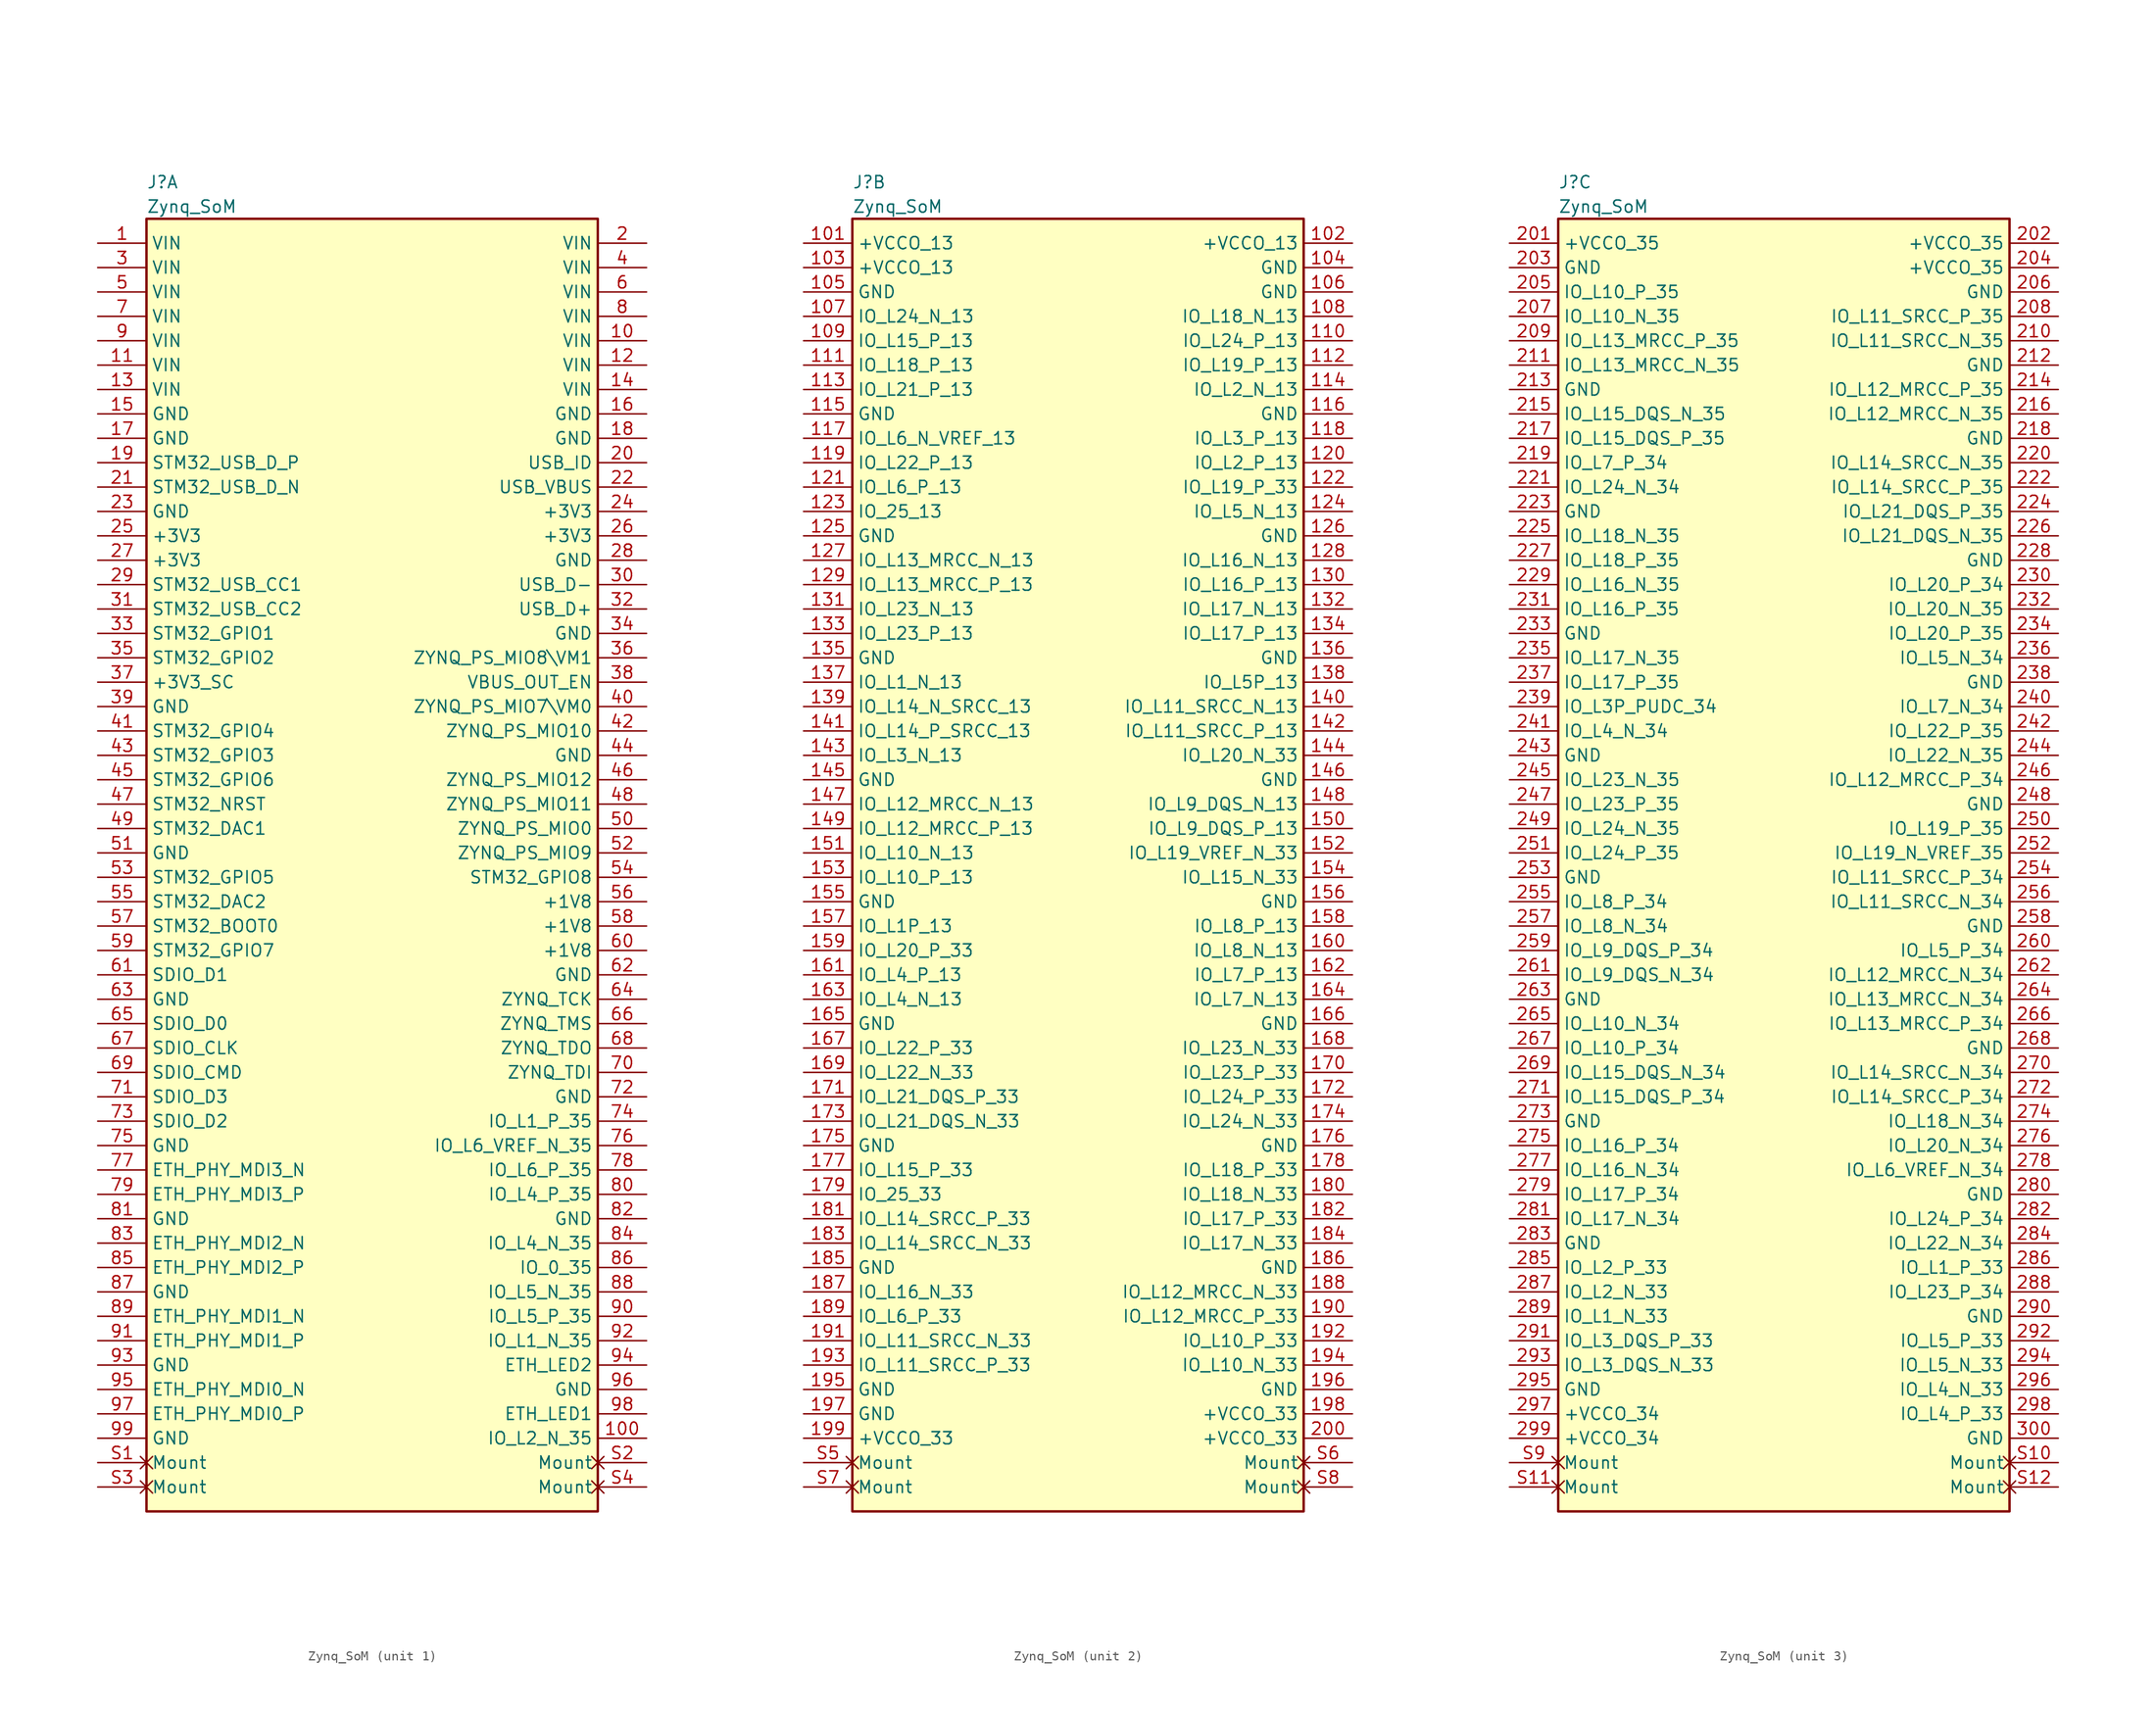
<source format=kicad_sym>
(kicad_symbol_lib
  (version 20231120)
  (generator "kicad_symbol_editor")
  (generator_version "8.0")
  (symbol "Zynq_SoM"
    (property "Reference" "J"
      (at 5.08 6.35 0)
      (effects (font (size 1.27 1.27)) (justify left)))
    (property "Value" "Zynq_SoM"
      (at 5.08 3.81 0)
      (effects (font (size 1.27 1.27)) (justify left)))
    (property "ki_locked" ""
      (at 0 0 0)
      (effects (font (size 1.27 1.27))))
    (symbol "Zynq_SoM_1_1"
      (rectangle (start 5.08 2.54) (end 52.07 -132.08) (stroke (width 0.254) (type solid)) (fill (type background)))
      (pin bidirectional line (at 0 0 0) (length 5.08) (name "VIN" (effects (font (size 1.27 1.27)))) (number "1" (effects (font (size 1.27 1.27)))))
      (pin bidirectional line (at 57.15 -10.16 180) (length 5.08) (name "VIN" (effects (font (size 1.27 1.27)))) (number "10" (effects (font (size 1.27 1.27)))))
      (pin bidirectional line (at 57.15 -124.46 180) (length 5.08) (name "IO_L2_N_35" (effects (font (size 1.27 1.27)))) (number "100" (effects (font (size 1.27 1.27)))))
      (pin bidirectional line (at 0 -12.7 0) (length 5.08) (name "VIN" (effects (font (size 1.27 1.27)))) (number "11" (effects (font (size 1.27 1.27)))))
      (pin bidirectional line (at 57.15 -12.7 180) (length 5.08) (name "VIN" (effects (font (size 1.27 1.27)))) (number "12" (effects (font (size 1.27 1.27)))))
      (pin bidirectional line (at 0 -15.24 0) (length 5.08) (name "VIN" (effects (font (size 1.27 1.27)))) (number "13" (effects (font (size 1.27 1.27)))))
      (pin bidirectional line (at 57.15 -15.24 180) (length 5.08) (name "VIN" (effects (font (size 1.27 1.27)))) (number "14" (effects (font (size 1.27 1.27)))))
      (pin bidirectional line (at 0 -17.78 0) (length 5.08) (name "GND" (effects (font (size 1.27 1.27)))) (number "15" (effects (font (size 1.27 1.27)))))
      (pin bidirectional line (at 57.15 -17.78 180) (length 5.08) (name "GND" (effects (font (size 1.27 1.27)))) (number "16" (effects (font (size 1.27 1.27)))))
      (pin bidirectional line (at 0 -20.32 0) (length 5.08) (name "GND" (effects (font (size 1.27 1.27)))) (number "17" (effects (font (size 1.27 1.27)))))
      (pin bidirectional line (at 57.15 -20.32 180) (length 5.08) (name "GND" (effects (font (size 1.27 1.27)))) (number "18" (effects (font (size 1.27 1.27)))))
      (pin bidirectional line (at 0 -22.86 0) (length 5.08) (name "STM32_USB_D_P" (effects (font (size 1.27 1.27)))) (number "19" (effects (font (size 1.27 1.27)))))
      (pin bidirectional line (at 57.15 0 180) (length 5.08) (name "VIN" (effects (font (size 1.27 1.27)))) (number "2" (effects (font (size 1.27 1.27)))))
      (pin bidirectional line (at 57.15 -22.86 180) (length 5.08) (name "USB_ID" (effects (font (size 1.27 1.27)))) (number "20" (effects (font (size 1.27 1.27)))))
      (pin bidirectional line (at 0 -25.4 0) (length 5.08) (name "STM32_USB_D_N" (effects (font (size 1.27 1.27)))) (number "21" (effects (font (size 1.27 1.27)))))
      (pin bidirectional line (at 57.15 -25.4 180) (length 5.08) (name "USB_VBUS" (effects (font (size 1.27 1.27)))) (number "22" (effects (font (size 1.27 1.27)))))
      (pin bidirectional line (at 0 -27.94 0) (length 5.08) (name "GND" (effects (font (size 1.27 1.27)))) (number "23" (effects (font (size 1.27 1.27)))))
      (pin bidirectional line (at 57.15 -27.94 180) (length 5.08) (name "+3V3" (effects (font (size 1.27 1.27)))) (number "24" (effects (font (size 1.27 1.27)))))
      (pin bidirectional line (at 0 -30.48 0) (length 5.08) (name "+3V3" (effects (font (size 1.27 1.27)))) (number "25" (effects (font (size 1.27 1.27)))))
      (pin bidirectional line (at 57.15 -30.48 180) (length 5.08) (name "+3V3" (effects (font (size 1.27 1.27)))) (number "26" (effects (font (size 1.27 1.27)))))
      (pin bidirectional line (at 0 -33.02 0) (length 5.08) (name "+3V3" (effects (font (size 1.27 1.27)))) (number "27" (effects (font (size 1.27 1.27)))))
      (pin bidirectional line (at 57.15 -33.02 180) (length 5.08) (name "GND" (effects (font (size 1.27 1.27)))) (number "28" (effects (font (size 1.27 1.27)))))
      (pin bidirectional line (at 0 -35.56 0) (length 5.08) (name "STM32_USB_CC1" (effects (font (size 1.27 1.27)))) (number "29" (effects (font (size 1.27 1.27)))))
      (pin bidirectional line (at 0 -2.54 0) (length 5.08) (name "VIN" (effects (font (size 1.27 1.27)))) (number "3" (effects (font (size 1.27 1.27)))))
      (pin bidirectional line (at 57.15 -35.56 180) (length 5.08) (name "USB_D-" (effects (font (size 1.27 1.27)))) (number "30" (effects (font (size 1.27 1.27)))))
      (pin bidirectional line (at 0 -38.1 0) (length 5.08) (name "STM32_USB_CC2" (effects (font (size 1.27 1.27)))) (number "31" (effects (font (size 1.27 1.27)))))
      (pin bidirectional line (at 57.15 -38.1 180) (length 5.08) (name "USB_D+" (effects (font (size 1.27 1.27)))) (number "32" (effects (font (size 1.27 1.27)))))
      (pin bidirectional line (at 0 -40.64 0) (length 5.08) (name "STM32_GPIO1" (effects (font (size 1.27 1.27)))) (number "33" (effects (font (size 1.27 1.27)))))
      (pin bidirectional line (at 57.15 -40.64 180) (length 5.08) (name "GND" (effects (font (size 1.27 1.27)))) (number "34" (effects (font (size 1.27 1.27)))))
      (pin bidirectional line (at 0 -43.18 0) (length 5.08) (name "STM32_GPIO2" (effects (font (size 1.27 1.27)))) (number "35" (effects (font (size 1.27 1.27)))))
      (pin bidirectional line (at 57.15 -43.18 180) (length 5.08) (name "ZYNQ_PS_MIO8\\VM1" (effects (font (size 1.27 1.27)))) (number "36" (effects (font (size 1.27 1.27)))))
      (pin bidirectional line (at 0 -45.72 0) (length 5.08) (name "+3V3_SC" (effects (font (size 1.27 1.27)))) (number "37" (effects (font (size 1.27 1.27)))))
      (pin bidirectional line (at 57.15 -45.72 180) (length 5.08) (name "VBUS_OUT_EN" (effects (font (size 1.27 1.27)))) (number "38" (effects (font (size 1.27 1.27)))))
      (pin bidirectional line (at 0 -48.26 0) (length 5.08) (name "GND" (effects (font (size 1.27 1.27)))) (number "39" (effects (font (size 1.27 1.27)))))
      (pin bidirectional line (at 57.15 -2.54 180) (length 5.08) (name "VIN" (effects (font (size 1.27 1.27)))) (number "4" (effects (font (size 1.27 1.27)))))
      (pin bidirectional line (at 57.15 -48.26 180) (length 5.08) (name "ZYNQ_PS_MIO7\\VM0" (effects (font (size 1.27 1.27)))) (number "40" (effects (font (size 1.27 1.27)))))
      (pin bidirectional line (at 0 -50.8 0) (length 5.08) (name "STM32_GPIO4" (effects (font (size 1.27 1.27)))) (number "41" (effects (font (size 1.27 1.27)))))
      (pin bidirectional line (at 57.15 -50.8 180) (length 5.08) (name "ZYNQ_PS_MIO10" (effects (font (size 1.27 1.27)))) (number "42" (effects (font (size 1.27 1.27)))))
      (pin bidirectional line (at 0 -53.34 0) (length 5.08) (name "STM32_GPIO3" (effects (font (size 1.27 1.27)))) (number "43" (effects (font (size 1.27 1.27)))))
      (pin bidirectional line (at 57.15 -53.34 180) (length 5.08) (name "GND" (effects (font (size 1.27 1.27)))) (number "44" (effects (font (size 1.27 1.27)))))
      (pin bidirectional line (at 0 -55.88 0) (length 5.08) (name "STM32_GPIO6" (effects (font (size 1.27 1.27)))) (number "45" (effects (font (size 1.27 1.27)))))
      (pin bidirectional line (at 57.15 -55.88 180) (length 5.08) (name "ZYNQ_PS_MIO12" (effects (font (size 1.27 1.27)))) (number "46" (effects (font (size 1.27 1.27)))))
      (pin bidirectional line (at 0 -58.42 0) (length 5.08) (name "STM32_NRST" (effects (font (size 1.27 1.27)))) (number "47" (effects (font (size 1.27 1.27)))))
      (pin bidirectional line (at 57.15 -58.42 180) (length 5.08) (name "ZYNQ_PS_MIO11" (effects (font (size 1.27 1.27)))) (number "48" (effects (font (size 1.27 1.27)))))
      (pin bidirectional line (at 0 -60.96 0) (length 5.08) (name "STM32_DAC1" (effects (font (size 1.27 1.27)))) (number "49" (effects (font (size 1.27 1.27)))))
      (pin bidirectional line (at 0 -5.08 0) (length 5.08) (name "VIN" (effects (font (size 1.27 1.27)))) (number "5" (effects (font (size 1.27 1.27)))))
      (pin bidirectional line (at 57.15 -60.96 180) (length 5.08) (name "ZYNQ_PS_MIO0" (effects (font (size 1.27 1.27)))) (number "50" (effects (font (size 1.27 1.27)))))
      (pin bidirectional line (at 0 -63.5 0) (length 5.08) (name "GND" (effects (font (size 1.27 1.27)))) (number "51" (effects (font (size 1.27 1.27)))))
      (pin bidirectional line (at 57.15 -63.5 180) (length 5.08) (name "ZYNQ_PS_MIO9" (effects (font (size 1.27 1.27)))) (number "52" (effects (font (size 1.27 1.27)))))
      (pin bidirectional line (at 0 -66.04 0) (length 5.08) (name "STM32_GPIO5" (effects (font (size 1.27 1.27)))) (number "53" (effects (font (size 1.27 1.27)))))
      (pin bidirectional line (at 57.15 -66.04 180) (length 5.08) (name "STM32_GPIO8" (effects (font (size 1.27 1.27)))) (number "54" (effects (font (size 1.27 1.27)))))
      (pin bidirectional line (at 0 -68.58 0) (length 5.08) (name "STM32_DAC2" (effects (font (size 1.27 1.27)))) (number "55" (effects (font (size 1.27 1.27)))))
      (pin bidirectional line (at 57.15 -68.58 180) (length 5.08) (name "+1V8" (effects (font (size 1.27 1.27)))) (number "56" (effects (font (size 1.27 1.27)))))
      (pin bidirectional line (at 0 -71.12 0) (length 5.08) (name "STM32_BOOT0" (effects (font (size 1.27 1.27)))) (number "57" (effects (font (size 1.27 1.27)))))
      (pin bidirectional line (at 57.15 -71.12 180) (length 5.08) (name "+1V8" (effects (font (size 1.27 1.27)))) (number "58" (effects (font (size 1.27 1.27)))))
      (pin bidirectional line (at 0 -73.66 0) (length 5.08) (name "STM32_GPIO7" (effects (font (size 1.27 1.27)))) (number "59" (effects (font (size 1.27 1.27)))))
      (pin bidirectional line (at 57.15 -5.08 180) (length 5.08) (name "VIN" (effects (font (size 1.27 1.27)))) (number "6" (effects (font (size 1.27 1.27)))))
      (pin bidirectional line (at 57.15 -73.66 180) (length 5.08) (name "+1V8" (effects (font (size 1.27 1.27)))) (number "60" (effects (font (size 1.27 1.27)))))
      (pin bidirectional line (at 0 -76.2 0) (length 5.08) (name "SDIO_D1" (effects (font (size 1.27 1.27)))) (number "61" (effects (font (size 1.27 1.27)))))
      (pin bidirectional line (at 57.15 -76.2 180) (length 5.08) (name "GND" (effects (font (size 1.27 1.27)))) (number "62" (effects (font (size 1.27 1.27)))))
      (pin bidirectional line (at 0 -78.74 0) (length 5.08) (name "GND" (effects (font (size 1.27 1.27)))) (number "63" (effects (font (size 1.27 1.27)))))
      (pin bidirectional line (at 57.15 -78.74 180) (length 5.08) (name "ZYNQ_TCK" (effects (font (size 1.27 1.27)))) (number "64" (effects (font (size 1.27 1.27)))))
      (pin bidirectional line (at 0 -81.28 0) (length 5.08) (name "SDIO_D0" (effects (font (size 1.27 1.27)))) (number "65" (effects (font (size 1.27 1.27)))))
      (pin bidirectional line (at 57.15 -81.28 180) (length 5.08) (name "ZYNQ_TMS" (effects (font (size 1.27 1.27)))) (number "66" (effects (font (size 1.27 1.27)))))
      (pin bidirectional line (at 0 -83.82 0) (length 5.08) (name "SDIO_CLK" (effects (font (size 1.27 1.27)))) (number "67" (effects (font (size 1.27 1.27)))))
      (pin bidirectional line (at 57.15 -83.82 180) (length 5.08) (name "ZYNQ_TDO" (effects (font (size 1.27 1.27)))) (number "68" (effects (font (size 1.27 1.27)))))
      (pin bidirectional line (at 0 -86.36 0) (length 5.08) (name "SDIO_CMD" (effects (font (size 1.27 1.27)))) (number "69" (effects (font (size 1.27 1.27)))))
      (pin bidirectional line (at 0 -7.62 0) (length 5.08) (name "VIN" (effects (font (size 1.27 1.27)))) (number "7" (effects (font (size 1.27 1.27)))))
      (pin bidirectional line (at 57.15 -86.36 180) (length 5.08) (name "ZYNQ_TDI" (effects (font (size 1.27 1.27)))) (number "70" (effects (font (size 1.27 1.27)))))
      (pin bidirectional line (at 0 -88.9 0) (length 5.08) (name "SDIO_D3" (effects (font (size 1.27 1.27)))) (number "71" (effects (font (size 1.27 1.27)))))
      (pin bidirectional line (at 57.15 -88.9 180) (length 5.08) (name "GND" (effects (font (size 1.27 1.27)))) (number "72" (effects (font (size 1.27 1.27)))))
      (pin bidirectional line (at 0 -91.44 0) (length 5.08) (name "SDIO_D2" (effects (font (size 1.27 1.27)))) (number "73" (effects (font (size 1.27 1.27)))))
      (pin bidirectional line (at 57.15 -91.44 180) (length 5.08) (name "IO_L1_P_35" (effects (font (size 1.27 1.27)))) (number "74" (effects (font (size 1.27 1.27)))))
      (pin bidirectional line (at 0 -93.98 0) (length 5.08) (name "GND" (effects (font (size 1.27 1.27)))) (number "75" (effects (font (size 1.27 1.27)))))
      (pin bidirectional line (at 57.15 -93.98 180) (length 5.08) (name "IO_L6_VREF_N_35" (effects (font (size 1.27 1.27)))) (number "76" (effects (font (size 1.27 1.27)))))
      (pin bidirectional line (at 0 -96.52 0) (length 5.08) (name "ETH_PHY_MDI3_N" (effects (font (size 1.27 1.27)))) (number "77" (effects (font (size 1.27 1.27)))))
      (pin bidirectional line (at 57.15 -96.52 180) (length 5.08) (name "IO_L6_P_35" (effects (font (size 1.27 1.27)))) (number "78" (effects (font (size 1.27 1.27)))))
      (pin bidirectional line (at 0 -99.06 0) (length 5.08) (name "ETH_PHY_MDI3_P" (effects (font (size 1.27 1.27)))) (number "79" (effects (font (size 1.27 1.27)))))
      (pin bidirectional line (at 57.15 -7.62 180) (length 5.08) (name "VIN" (effects (font (size 1.27 1.27)))) (number "8" (effects (font (size 1.27 1.27)))))
      (pin bidirectional line (at 57.15 -99.06 180) (length 5.08) (name "IO_L4_P_35" (effects (font (size 1.27 1.27)))) (number "80" (effects (font (size 1.27 1.27)))))
      (pin bidirectional line (at 0 -101.6 0) (length 5.08) (name "GND" (effects (font (size 1.27 1.27)))) (number "81" (effects (font (size 1.27 1.27)))))
      (pin bidirectional line (at 57.15 -101.6 180) (length 5.08) (name "GND" (effects (font (size 1.27 1.27)))) (number "82" (effects (font (size 1.27 1.27)))))
      (pin bidirectional line (at 0 -104.14 0) (length 5.08) (name "ETH_PHY_MDI2_N" (effects (font (size 1.27 1.27)))) (number "83" (effects (font (size 1.27 1.27)))))
      (pin bidirectional line (at 57.15 -104.14 180) (length 5.08) (name "IO_L4_N_35" (effects (font (size 1.27 1.27)))) (number "84" (effects (font (size 1.27 1.27)))))
      (pin bidirectional line (at 0 -106.68 0) (length 5.08) (name "ETH_PHY_MDI2_P" (effects (font (size 1.27 1.27)))) (number "85" (effects (font (size 1.27 1.27)))))
      (pin bidirectional line (at 57.15 -106.68 180) (length 5.08) (name "IO_0_35" (effects (font (size 1.27 1.27)))) (number "86" (effects (font (size 1.27 1.27)))))
      (pin bidirectional line (at 0 -109.22 0) (length 5.08) (name "GND" (effects (font (size 1.27 1.27)))) (number "87" (effects (font (size 1.27 1.27)))))
      (pin bidirectional line (at 57.15 -109.22 180) (length 5.08) (name "IO_L5_N_35" (effects (font (size 1.27 1.27)))) (number "88" (effects (font (size 1.27 1.27)))))
      (pin bidirectional line (at 0 -111.76 0) (length 5.08) (name "ETH_PHY_MDI1_N" (effects (font (size 1.27 1.27)))) (number "89" (effects (font (size 1.27 1.27)))))
      (pin bidirectional line (at 0 -10.16 0) (length 5.08) (name "VIN" (effects (font (size 1.27 1.27)))) (number "9" (effects (font (size 1.27 1.27)))))
      (pin bidirectional line (at 57.15 -111.76 180) (length 5.08) (name "IO_L5_P_35" (effects (font (size 1.27 1.27)))) (number "90" (effects (font (size 1.27 1.27)))))
      (pin bidirectional line (at 0 -114.3 0) (length 5.08) (name "ETH_PHY_MDI1_P" (effects (font (size 1.27 1.27)))) (number "91" (effects (font (size 1.27 1.27)))))
      (pin bidirectional line (at 57.15 -114.3 180) (length 5.08) (name "IO_L1_N_35" (effects (font (size 1.27 1.27)))) (number "92" (effects (font (size 1.27 1.27)))))
      (pin bidirectional line (at 0 -116.84 0) (length 5.08) (name "GND" (effects (font (size 1.27 1.27)))) (number "93" (effects (font (size 1.27 1.27)))))
      (pin bidirectional line (at 57.15 -116.84 180) (length 5.08) (name "ETH_LED2" (effects (font (size 1.27 1.27)))) (number "94" (effects (font (size 1.27 1.27)))))
      (pin bidirectional line (at 0 -119.38 0) (length 5.08) (name "ETH_PHY_MDI0_N" (effects (font (size 1.27 1.27)))) (number "95" (effects (font (size 1.27 1.27)))))
      (pin bidirectional line (at 57.15 -119.38 180) (length 5.08) (name "GND" (effects (font (size 1.27 1.27)))) (number "96" (effects (font (size 1.27 1.27)))))
      (pin bidirectional line (at 0 -121.92 0) (length 5.08) (name "ETH_PHY_MDI0_P" (effects (font (size 1.27 1.27)))) (number "97" (effects (font (size 1.27 1.27)))))
      (pin bidirectional line (at 57.15 -121.92 180) (length 5.08) (name "ETH_LED1" (effects (font (size 1.27 1.27)))) (number "98" (effects (font (size 1.27 1.27)))))
      (pin bidirectional line (at 0 -124.46 0) (length 5.08) (name "GND" (effects (font (size 1.27 1.27)))) (number "99" (effects (font (size 1.27 1.27)))))
      (pin free non_logic (at 0 -127 0) (length 5.08) (name "Mount" (effects (font (size 1.27 1.27)))) (number "S1" (effects (font (size 1.27 1.27)))))
      (pin free non_logic (at 57.15 -127 180) (length 5.08) (name "Mount" (effects (font (size 1.27 1.27)))) (number "S2" (effects (font (size 1.27 1.27)))))
      (pin free non_logic (at 0 -129.54 0) (length 5.08) (name "Mount" (effects (font (size 1.27 1.27)))) (number "S3" (effects (font (size 1.27 1.27)))))
      (pin free non_logic (at 57.15 -129.54 180) (length 5.08) (name "Mount" (effects (font (size 1.27 1.27)))) (number "S4" (effects (font (size 1.27 1.27))))))
    (symbol "Zynq_SoM_2_1"
      (rectangle (start 5.08 2.54) (end 52.07 -132.08) (stroke (width 0.254) (type solid)) (fill (type background)))
      (pin bidirectional line (at 0 0 0) (length 5.08) (name "+VCCO_13" (effects (font (size 1.27 1.27)))) (number "101" (effects (font (size 1.27 1.27)))))
      (pin bidirectional line (at 57.15 0 180) (length 5.08) (name "+VCCO_13" (effects (font (size 1.27 1.27)))) (number "102" (effects (font (size 1.27 1.27)))))
      (pin bidirectional line (at 0 -2.54 0) (length 5.08) (name "+VCCO_13" (effects (font (size 1.27 1.27)))) (number "103" (effects (font (size 1.27 1.27)))))
      (pin bidirectional line (at 57.15 -2.54 180) (length 5.08) (name "GND" (effects (font (size 1.27 1.27)))) (number "104" (effects (font (size 1.27 1.27)))))
      (pin bidirectional line (at 0 -5.08 0) (length 5.08) (name "GND" (effects (font (size 1.27 1.27)))) (number "105" (effects (font (size 1.27 1.27)))))
      (pin bidirectional line (at 57.15 -5.08 180) (length 5.08) (name "GND" (effects (font (size 1.27 1.27)))) (number "106" (effects (font (size 1.27 1.27)))))
      (pin bidirectional line (at 0 -7.62 0) (length 5.08) (name "IO_L24_N_13" (effects (font (size 1.27 1.27)))) (number "107" (effects (font (size 1.27 1.27)))))
      (pin bidirectional line (at 57.15 -7.62 180) (length 5.08) (name "IO_L18_N_13" (effects (font (size 1.27 1.27)))) (number "108" (effects (font (size 1.27 1.27)))))
      (pin bidirectional line (at 0 -10.16 0) (length 5.08) (name "IO_L15_P_13" (effects (font (size 1.27 1.27)))) (number "109" (effects (font (size 1.27 1.27)))))
      (pin bidirectional line (at 57.15 -10.16 180) (length 5.08) (name "IO_L24_P_13" (effects (font (size 1.27 1.27)))) (number "110" (effects (font (size 1.27 1.27)))))
      (pin bidirectional line (at 0 -12.7 0) (length 5.08) (name "IO_L18_P_13" (effects (font (size 1.27 1.27)))) (number "111" (effects (font (size 1.27 1.27)))))
      (pin bidirectional line (at 57.15 -12.7 180) (length 5.08) (name "IO_L19_P_13" (effects (font (size 1.27 1.27)))) (number "112" (effects (font (size 1.27 1.27)))))
      (pin bidirectional line (at 0 -15.24 0) (length 5.08) (name "IO_L21_P_13" (effects (font (size 1.27 1.27)))) (number "113" (effects (font (size 1.27 1.27)))))
      (pin bidirectional line (at 57.15 -15.24 180) (length 5.08) (name "IO_L2_N_13" (effects (font (size 1.27 1.27)))) (number "114" (effects (font (size 1.27 1.27)))))
      (pin bidirectional line (at 0 -17.78 0) (length 5.08) (name "GND" (effects (font (size 1.27 1.27)))) (number "115" (effects (font (size 1.27 1.27)))))
      (pin bidirectional line (at 57.15 -17.78 180) (length 5.08) (name "GND" (effects (font (size 1.27 1.27)))) (number "116" (effects (font (size 1.27 1.27)))))
      (pin bidirectional line (at 0 -20.32 0) (length 5.08) (name "IO_L6_N_VREF_13" (effects (font (size 1.27 1.27)))) (number "117" (effects (font (size 1.27 1.27)))))
      (pin bidirectional line (at 57.15 -20.32 180) (length 5.08) (name "IO_L3_P_13" (effects (font (size 1.27 1.27)))) (number "118" (effects (font (size 1.27 1.27)))))
      (pin bidirectional line (at 0 -22.86 0) (length 5.08) (name "IO_L22_P_13" (effects (font (size 1.27 1.27)))) (number "119" (effects (font (size 1.27 1.27)))))
      (pin bidirectional line (at 57.15 -22.86 180) (length 5.08) (name "IO_L2_P_13" (effects (font (size 1.27 1.27)))) (number "120" (effects (font (size 1.27 1.27)))))
      (pin bidirectional line (at 0 -25.4 0) (length 5.08) (name "IO_L6_P_13" (effects (font (size 1.27 1.27)))) (number "121" (effects (font (size 1.27 1.27)))))
      (pin bidirectional line (at 57.15 -25.4 180) (length 5.08) (name "IO_L19_P_33" (effects (font (size 1.27 1.27)))) (number "122" (effects (font (size 1.27 1.27)))))
      (pin bidirectional line (at 0 -27.94 0) (length 5.08) (name "IO_25_13" (effects (font (size 1.27 1.27)))) (number "123" (effects (font (size 1.27 1.27)))))
      (pin bidirectional line (at 57.15 -27.94 180) (length 5.08) (name "IO_L5_N_13" (effects (font (size 1.27 1.27)))) (number "124" (effects (font (size 1.27 1.27)))))
      (pin bidirectional line (at 0 -30.48 0) (length 5.08) (name "GND" (effects (font (size 1.27 1.27)))) (number "125" (effects (font (size 1.27 1.27)))))
      (pin bidirectional line (at 57.15 -30.48 180) (length 5.08) (name "GND" (effects (font (size 1.27 1.27)))) (number "126" (effects (font (size 1.27 1.27)))))
      (pin bidirectional line (at 0 -33.02 0) (length 5.08) (name "IO_L13_MRCC_N_13" (effects (font (size 1.27 1.27)))) (number "127" (effects (font (size 1.27 1.27)))))
      (pin bidirectional line (at 57.15 -33.02 180) (length 5.08) (name "IO_L16_N_13" (effects (font (size 1.27 1.27)))) (number "128" (effects (font (size 1.27 1.27)))))
      (pin bidirectional line (at 0 -35.56 0) (length 5.08) (name "IO_L13_MRCC_P_13" (effects (font (size 1.27 1.27)))) (number "129" (effects (font (size 1.27 1.27)))))
      (pin bidirectional line (at 57.15 -35.56 180) (length 5.08) (name "IO_L16_P_13" (effects (font (size 1.27 1.27)))) (number "130" (effects (font (size 1.27 1.27)))))
      (pin bidirectional line (at 0 -38.1 0) (length 5.08) (name "IO_L23_N_13" (effects (font (size 1.27 1.27)))) (number "131" (effects (font (size 1.27 1.27)))))
      (pin bidirectional line (at 57.15 -38.1 180) (length 5.08) (name "IO_L17_N_13" (effects (font (size 1.27 1.27)))) (number "132" (effects (font (size 1.27 1.27)))))
      (pin bidirectional line (at 0 -40.64 0) (length 5.08) (name "IO_L23_P_13" (effects (font (size 1.27 1.27)))) (number "133" (effects (font (size 1.27 1.27)))))
      (pin bidirectional line (at 57.15 -40.64 180) (length 5.08) (name "IO_L17_P_13" (effects (font (size 1.27 1.27)))) (number "134" (effects (font (size 1.27 1.27)))))
      (pin bidirectional line (at 0 -43.18 0) (length 5.08) (name "GND" (effects (font (size 1.27 1.27)))) (number "135" (effects (font (size 1.27 1.27)))))
      (pin bidirectional line (at 57.15 -43.18 180) (length 5.08) (name "GND" (effects (font (size 1.27 1.27)))) (number "136" (effects (font (size 1.27 1.27)))))
      (pin bidirectional line (at 0 -45.72 0) (length 5.08) (name "IO_L1_N_13" (effects (font (size 1.27 1.27)))) (number "137" (effects (font (size 1.27 1.27)))))
      (pin bidirectional line (at 57.15 -45.72 180) (length 5.08) (name "IO_L5P_13" (effects (font (size 1.27 1.27)))) (number "138" (effects (font (size 1.27 1.27)))))
      (pin bidirectional line (at 0 -48.26 0) (length 5.08) (name "IO_L14_N_SRCC_13" (effects (font (size 1.27 1.27)))) (number "139" (effects (font (size 1.27 1.27)))))
      (pin bidirectional line (at 57.15 -48.26 180) (length 5.08) (name "IO_L11_SRCC_N_13" (effects (font (size 1.27 1.27)))) (number "140" (effects (font (size 1.27 1.27)))))
      (pin bidirectional line (at 0 -50.8 0) (length 5.08) (name "IO_L14_P_SRCC_13" (effects (font (size 1.27 1.27)))) (number "141" (effects (font (size 1.27 1.27)))))
      (pin bidirectional line (at 57.15 -50.8 180) (length 5.08) (name "IO_L11_SRCC_P_13" (effects (font (size 1.27 1.27)))) (number "142" (effects (font (size 1.27 1.27)))))
      (pin bidirectional line (at 0 -53.34 0) (length 5.08) (name "IO_L3_N_13" (effects (font (size 1.27 1.27)))) (number "143" (effects (font (size 1.27 1.27)))))
      (pin bidirectional line (at 57.15 -53.34 180) (length 5.08) (name "IO_L20_N_33" (effects (font (size 1.27 1.27)))) (number "144" (effects (font (size 1.27 1.27)))))
      (pin bidirectional line (at 0 -55.88 0) (length 5.08) (name "GND" (effects (font (size 1.27 1.27)))) (number "145" (effects (font (size 1.27 1.27)))))
      (pin bidirectional line (at 57.15 -55.88 180) (length 5.08) (name "GND" (effects (font (size 1.27 1.27)))) (number "146" (effects (font (size 1.27 1.27)))))
      (pin bidirectional line (at 0 -58.42 0) (length 5.08) (name "IO_L12_MRCC_N_13" (effects (font (size 1.27 1.27)))) (number "147" (effects (font (size 1.27 1.27)))))
      (pin bidirectional line (at 57.15 -58.42 180) (length 5.08) (name "IO_L9_DQS_N_13" (effects (font (size 1.27 1.27)))) (number "148" (effects (font (size 1.27 1.27)))))
      (pin bidirectional line (at 0 -60.96 0) (length 5.08) (name "IO_L12_MRCC_P_13" (effects (font (size 1.27 1.27)))) (number "149" (effects (font (size 1.27 1.27)))))
      (pin bidirectional line (at 57.15 -60.96 180) (length 5.08) (name "IO_L9_DQS_P_13" (effects (font (size 1.27 1.27)))) (number "150" (effects (font (size 1.27 1.27)))))
      (pin bidirectional line (at 0 -63.5 0) (length 5.08) (name "IO_L10_N_13" (effects (font (size 1.27 1.27)))) (number "151" (effects (font (size 1.27 1.27)))))
      (pin bidirectional line (at 57.15 -63.5 180) (length 5.08) (name "IO_L19_VREF_N_33" (effects (font (size 1.27 1.27)))) (number "152" (effects (font (size 1.27 1.27)))))
      (pin bidirectional line (at 0 -66.04 0) (length 5.08) (name "IO_L10_P_13" (effects (font (size 1.27 1.27)))) (number "153" (effects (font (size 1.27 1.27)))))
      (pin bidirectional line (at 57.15 -66.04 180) (length 5.08) (name "IO_L15_N_33" (effects (font (size 1.27 1.27)))) (number "154" (effects (font (size 1.27 1.27)))))
      (pin bidirectional line (at 0 -68.58 0) (length 5.08) (name "GND" (effects (font (size 1.27 1.27)))) (number "155" (effects (font (size 1.27 1.27)))))
      (pin bidirectional line (at 57.15 -68.58 180) (length 5.08) (name "GND" (effects (font (size 1.27 1.27)))) (number "156" (effects (font (size 1.27 1.27)))))
      (pin bidirectional line (at 0 -71.12 0) (length 5.08) (name "IO_L1P_13" (effects (font (size 1.27 1.27)))) (number "157" (effects (font (size 1.27 1.27)))))
      (pin bidirectional line (at 57.15 -71.12 180) (length 5.08) (name "IO_L8_P_13" (effects (font (size 1.27 1.27)))) (number "158" (effects (font (size 1.27 1.27)))))
      (pin bidirectional line (at 0 -73.66 0) (length 5.08) (name "IO_L20_P_33" (effects (font (size 1.27 1.27)))) (number "159" (effects (font (size 1.27 1.27)))))
      (pin bidirectional line (at 57.15 -73.66 180) (length 5.08) (name "IO_L8_N_13" (effects (font (size 1.27 1.27)))) (number "160" (effects (font (size 1.27 1.27)))))
      (pin bidirectional line (at 0 -76.2 0) (length 5.08) (name "IO_L4_P_13" (effects (font (size 1.27 1.27)))) (number "161" (effects (font (size 1.27 1.27)))))
      (pin bidirectional line (at 57.15 -76.2 180) (length 5.08) (name "IO_L7_P_13" (effects (font (size 1.27 1.27)))) (number "162" (effects (font (size 1.27 1.27)))))
      (pin bidirectional line (at 0 -78.74 0) (length 5.08) (name "IO_L4_N_13" (effects (font (size 1.27 1.27)))) (number "163" (effects (font (size 1.27 1.27)))))
      (pin bidirectional line (at 57.15 -78.74 180) (length 5.08) (name "IO_L7_N_13" (effects (font (size 1.27 1.27)))) (number "164" (effects (font (size 1.27 1.27)))))
      (pin bidirectional line (at 0 -81.28 0) (length 5.08) (name "GND" (effects (font (size 1.27 1.27)))) (number "165" (effects (font (size 1.27 1.27)))))
      (pin bidirectional line (at 57.15 -81.28 180) (length 5.08) (name "GND" (effects (font (size 1.27 1.27)))) (number "166" (effects (font (size 1.27 1.27)))))
      (pin bidirectional line (at 0 -83.82 0) (length 5.08) (name "IO_L22_P_33" (effects (font (size 1.27 1.27)))) (number "167" (effects (font (size 1.27 1.27)))))
      (pin bidirectional line (at 57.15 -83.82 180) (length 5.08) (name "IO_L23_N_33" (effects (font (size 1.27 1.27)))) (number "168" (effects (font (size 1.27 1.27)))))
      (pin bidirectional line (at 0 -86.36 0) (length 5.08) (name "IO_L22_N_33" (effects (font (size 1.27 1.27)))) (number "169" (effects (font (size 1.27 1.27)))))
      (pin bidirectional line (at 57.15 -86.36 180) (length 5.08) (name "IO_L23_P_33" (effects (font (size 1.27 1.27)))) (number "170" (effects (font (size 1.27 1.27)))))
      (pin bidirectional line (at 0 -88.9 0) (length 5.08) (name "IO_L21_DQS_P_33" (effects (font (size 1.27 1.27)))) (number "171" (effects (font (size 1.27 1.27)))))
      (pin bidirectional line (at 57.15 -88.9 180) (length 5.08) (name "IO_L24_P_33" (effects (font (size 1.27 1.27)))) (number "172" (effects (font (size 1.27 1.27)))))
      (pin bidirectional line (at 0 -91.44 0) (length 5.08) (name "IO_L21_DQS_N_33" (effects (font (size 1.27 1.27)))) (number "173" (effects (font (size 1.27 1.27)))))
      (pin bidirectional line (at 57.15 -91.44 180) (length 5.08) (name "IO_L24_N_33" (effects (font (size 1.27 1.27)))) (number "174" (effects (font (size 1.27 1.27)))))
      (pin bidirectional line (at 0 -93.98 0) (length 5.08) (name "GND" (effects (font (size 1.27 1.27)))) (number "175" (effects (font (size 1.27 1.27)))))
      (pin bidirectional line (at 57.15 -93.98 180) (length 5.08) (name "GND" (effects (font (size 1.27 1.27)))) (number "176" (effects (font (size 1.27 1.27)))))
      (pin bidirectional line (at 0 -96.52 0) (length 5.08) (name "IO_L15_P_33" (effects (font (size 1.27 1.27)))) (number "177" (effects (font (size 1.27 1.27)))))
      (pin bidirectional line (at 57.15 -96.52 180) (length 5.08) (name "IO_L18_P_33" (effects (font (size 1.27 1.27)))) (number "178" (effects (font (size 1.27 1.27)))))
      (pin bidirectional line (at 0 -99.06 0) (length 5.08) (name "IO_25_33" (effects (font (size 1.27 1.27)))) (number "179" (effects (font (size 1.27 1.27)))))
      (pin bidirectional line (at 57.15 -99.06 180) (length 5.08) (name "IO_L18_N_33" (effects (font (size 1.27 1.27)))) (number "180" (effects (font (size 1.27 1.27)))))
      (pin bidirectional line (at 0 -101.6 0) (length 5.08) (name "IO_L14_SRCC_P_33" (effects (font (size 1.27 1.27)))) (number "181" (effects (font (size 1.27 1.27)))))
      (pin bidirectional line (at 57.15 -101.6 180) (length 5.08) (name "IO_L17_P_33" (effects (font (size 1.27 1.27)))) (number "182" (effects (font (size 1.27 1.27)))))
      (pin bidirectional line (at 0 -104.14 0) (length 5.08) (name "IO_L14_SRCC_N_33" (effects (font (size 1.27 1.27)))) (number "183" (effects (font (size 1.27 1.27)))))
      (pin bidirectional line (at 57.15 -104.14 180) (length 5.08) (name "IO_L17_N_33" (effects (font (size 1.27 1.27)))) (number "184" (effects (font (size 1.27 1.27)))))
      (pin bidirectional line (at 0 -106.68 0) (length 5.08) (name "GND" (effects (font (size 1.27 1.27)))) (number "185" (effects (font (size 1.27 1.27)))))
      (pin bidirectional line (at 57.15 -106.68 180) (length 5.08) (name "GND" (effects (font (size 1.27 1.27)))) (number "186" (effects (font (size 1.27 1.27)))))
      (pin bidirectional line (at 0 -109.22 0) (length 5.08) (name "IO_L16_N_33" (effects (font (size 1.27 1.27)))) (number "187" (effects (font (size 1.27 1.27)))))
      (pin bidirectional line (at 57.15 -109.22 180) (length 5.08) (name "IO_L12_MRCC_N_33" (effects (font (size 1.27 1.27)))) (number "188" (effects (font (size 1.27 1.27)))))
      (pin bidirectional line (at 0 -111.76 0) (length 5.08) (name "IO_L6_P_33" (effects (font (size 1.27 1.27)))) (number "189" (effects (font (size 1.27 1.27)))))
      (pin bidirectional line (at 57.15 -111.76 180) (length 5.08) (name "IO_L12_MRCC_P_33" (effects (font (size 1.27 1.27)))) (number "190" (effects (font (size 1.27 1.27)))))
      (pin bidirectional line (at 0 -114.3 0) (length 5.08) (name "IO_L11_SRCC_N_33" (effects (font (size 1.27 1.27)))) (number "191" (effects (font (size 1.27 1.27)))))
      (pin bidirectional line (at 57.15 -114.3 180) (length 5.08) (name "IO_L10_P_33" (effects (font (size 1.27 1.27)))) (number "192" (effects (font (size 1.27 1.27)))))
      (pin bidirectional line (at 0 -116.84 0) (length 5.08) (name "IO_L11_SRCC_P_33" (effects (font (size 1.27 1.27)))) (number "193" (effects (font (size 1.27 1.27)))))
      (pin bidirectional line (at 57.15 -116.84 180) (length 5.08) (name "IO_L10_N_33" (effects (font (size 1.27 1.27)))) (number "194" (effects (font (size 1.27 1.27)))))
      (pin bidirectional line (at 0 -119.38 0) (length 5.08) (name "GND" (effects (font (size 1.27 1.27)))) (number "195" (effects (font (size 1.27 1.27)))))
      (pin bidirectional line (at 57.15 -119.38 180) (length 5.08) (name "GND" (effects (font (size 1.27 1.27)))) (number "196" (effects (font (size 1.27 1.27)))))
      (pin bidirectional line (at 0 -121.92 0) (length 5.08) (name "GND" (effects (font (size 1.27 1.27)))) (number "197" (effects (font (size 1.27 1.27)))))
      (pin bidirectional line (at 57.15 -121.92 180) (length 5.08) (name "+VCCO_33" (effects (font (size 1.27 1.27)))) (number "198" (effects (font (size 1.27 1.27)))))
      (pin bidirectional line (at 0 -124.46 0) (length 5.08) (name "+VCCO_33" (effects (font (size 1.27 1.27)))) (number "199" (effects (font (size 1.27 1.27)))))
      (pin bidirectional line (at 57.15 -124.46 180) (length 5.08) (name "+VCCO_33" (effects (font (size 1.27 1.27)))) (number "200" (effects (font (size 1.27 1.27)))))
      (pin free non_logic (at 0 -127 0) (length 5.08) (name "Mount" (effects (font (size 1.27 1.27)))) (number "S5" (effects (font (size 1.27 1.27)))))
      (pin free non_logic (at 57.15 -127 180) (length 5.08) (name "Mount" (effects (font (size 1.27 1.27)))) (number "S6" (effects (font (size 1.27 1.27)))))
      (pin free non_logic (at 0 -129.54 0) (length 5.08) (name "Mount" (effects (font (size 1.27 1.27)))) (number "S7" (effects (font (size 1.27 1.27)))))
      (pin free non_logic (at 57.15 -129.54 180) (length 5.08) (name "Mount" (effects (font (size 1.27 1.27)))) (number "S8" (effects (font (size 1.27 1.27))))))
    (symbol "Zynq_SoM_3_1"
      (rectangle (start 5.08 2.54) (end 52.07 -132.08) (stroke (width 0.254) (type solid)) (fill (type background)))
      (pin bidirectional line (at 0 0 0) (length 5.08) (name "+VCCO_35" (effects (font (size 1.27 1.27)))) (number "201" (effects (font (size 1.27 1.27)))))
      (pin bidirectional line (at 57.15 0 180) (length 5.08) (name "+VCCO_35" (effects (font (size 1.27 1.27)))) (number "202" (effects (font (size 1.27 1.27)))))
      (pin bidirectional line (at 0 -2.54 0) (length 5.08) (name "GND" (effects (font (size 1.27 1.27)))) (number "203" (effects (font (size 1.27 1.27)))))
      (pin bidirectional line (at 57.15 -2.54 180) (length 5.08) (name "+VCCO_35" (effects (font (size 1.27 1.27)))) (number "204" (effects (font (size 1.27 1.27)))))
      (pin bidirectional line (at 0 -5.08 0) (length 5.08) (name "IO_L10_P_35" (effects (font (size 1.27 1.27)))) (number "205" (effects (font (size 1.27 1.27)))))
      (pin bidirectional line (at 57.15 -5.08 180) (length 5.08) (name "GND" (effects (font (size 1.27 1.27)))) (number "206" (effects (font (size 1.27 1.27)))))
      (pin bidirectional line (at 0 -7.62 0) (length 5.08) (name "IO_L10_N_35" (effects (font (size 1.27 1.27)))) (number "207" (effects (font (size 1.27 1.27)))))
      (pin bidirectional line (at 57.15 -7.62 180) (length 5.08) (name "IO_L11_SRCC_P_35" (effects (font (size 1.27 1.27)))) (number "208" (effects (font (size 1.27 1.27)))))
      (pin bidirectional line (at 0 -10.16 0) (length 5.08) (name "IO_L13_MRCC_P_35" (effects (font (size 1.27 1.27)))) (number "209" (effects (font (size 1.27 1.27)))))
      (pin bidirectional line (at 57.15 -10.16 180) (length 5.08) (name "IO_L11_SRCC_N_35" (effects (font (size 1.27 1.27)))) (number "210" (effects (font (size 1.27 1.27)))))
      (pin bidirectional line (at 0 -12.7 0) (length 5.08) (name "IO_L13_MRCC_N_35" (effects (font (size 1.27 1.27)))) (number "211" (effects (font (size 1.27 1.27)))))
      (pin bidirectional line (at 57.15 -12.7 180) (length 5.08) (name "GND" (effects (font (size 1.27 1.27)))) (number "212" (effects (font (size 1.27 1.27)))))
      (pin bidirectional line (at 0 -15.24 0) (length 5.08) (name "GND" (effects (font (size 1.27 1.27)))) (number "213" (effects (font (size 1.27 1.27)))))
      (pin bidirectional line (at 57.15 -15.24 180) (length 5.08) (name "IO_L12_MRCC_P_35" (effects (font (size 1.27 1.27)))) (number "214" (effects (font (size 1.27 1.27)))))
      (pin bidirectional line (at 0 -17.78 0) (length 5.08) (name "IO_L15_DQS_N_35" (effects (font (size 1.27 1.27)))) (number "215" (effects (font (size 1.27 1.27)))))
      (pin bidirectional line (at 57.15 -17.78 180) (length 5.08) (name "IO_L12_MRCC_N_35" (effects (font (size 1.27 1.27)))) (number "216" (effects (font (size 1.27 1.27)))))
      (pin bidirectional line (at 0 -20.32 0) (length 5.08) (name "IO_L15_DQS_P_35" (effects (font (size 1.27 1.27)))) (number "217" (effects (font (size 1.27 1.27)))))
      (pin bidirectional line (at 57.15 -20.32 180) (length 5.08) (name "GND" (effects (font (size 1.27 1.27)))) (number "218" (effects (font (size 1.27 1.27)))))
      (pin bidirectional line (at 0 -22.86 0) (length 5.08) (name "IO_L7_P_34" (effects (font (size 1.27 1.27)))) (number "219" (effects (font (size 1.27 1.27)))))
      (pin bidirectional line (at 57.15 -22.86 180) (length 5.08) (name "IO_L14_SRCC_N_35" (effects (font (size 1.27 1.27)))) (number "220" (effects (font (size 1.27 1.27)))))
      (pin bidirectional line (at 0 -25.4 0) (length 5.08) (name "IO_L24_N_34" (effects (font (size 1.27 1.27)))) (number "221" (effects (font (size 1.27 1.27)))))
      (pin bidirectional line (at 57.15 -25.4 180) (length 5.08) (name "IO_L14_SRCC_P_35" (effects (font (size 1.27 1.27)))) (number "222" (effects (font (size 1.27 1.27)))))
      (pin bidirectional line (at 0 -27.94 0) (length 5.08) (name "GND" (effects (font (size 1.27 1.27)))) (number "223" (effects (font (size 1.27 1.27)))))
      (pin bidirectional line (at 57.15 -27.94 180) (length 5.08) (name "IO_L21_DQS_P_35" (effects (font (size 1.27 1.27)))) (number "224" (effects (font (size 1.27 1.27)))))
      (pin bidirectional line (at 0 -30.48 0) (length 5.08) (name "IO_L18_N_35" (effects (font (size 1.27 1.27)))) (number "225" (effects (font (size 1.27 1.27)))))
      (pin bidirectional line (at 57.15 -30.48 180) (length 5.08) (name "IO_L21_DQS_N_35" (effects (font (size 1.27 1.27)))) (number "226" (effects (font (size 1.27 1.27)))))
      (pin bidirectional line (at 0 -33.02 0) (length 5.08) (name "IO_L18_P_35" (effects (font (size 1.27 1.27)))) (number "227" (effects (font (size 1.27 1.27)))))
      (pin bidirectional line (at 57.15 -33.02 180) (length 5.08) (name "GND" (effects (font (size 1.27 1.27)))) (number "228" (effects (font (size 1.27 1.27)))))
      (pin bidirectional line (at 0 -35.56 0) (length 5.08) (name "IO_L16_N_35" (effects (font (size 1.27 1.27)))) (number "229" (effects (font (size 1.27 1.27)))))
      (pin bidirectional line (at 57.15 -35.56 180) (length 5.08) (name "IO_L20_P_34" (effects (font (size 1.27 1.27)))) (number "230" (effects (font (size 1.27 1.27)))))
      (pin bidirectional line (at 0 -38.1 0) (length 5.08) (name "IO_L16_P_35" (effects (font (size 1.27 1.27)))) (number "231" (effects (font (size 1.27 1.27)))))
      (pin bidirectional line (at 57.15 -38.1 180) (length 5.08) (name "IO_L20_N_35" (effects (font (size 1.27 1.27)))) (number "232" (effects (font (size 1.27 1.27)))))
      (pin bidirectional line (at 0 -40.64 0) (length 5.08) (name "GND" (effects (font (size 1.27 1.27)))) (number "233" (effects (font (size 1.27 1.27)))))
      (pin bidirectional line (at 57.15 -40.64 180) (length 5.08) (name "IO_L20_P_35" (effects (font (size 1.27 1.27)))) (number "234" (effects (font (size 1.27 1.27)))))
      (pin bidirectional line (at 0 -43.18 0) (length 5.08) (name "IO_L17_N_35" (effects (font (size 1.27 1.27)))) (number "235" (effects (font (size 1.27 1.27)))))
      (pin bidirectional line (at 57.15 -43.18 180) (length 5.08) (name "IO_L5_N_34" (effects (font (size 1.27 1.27)))) (number "236" (effects (font (size 1.27 1.27)))))
      (pin bidirectional line (at 0 -45.72 0) (length 5.08) (name "IO_L17_P_35" (effects (font (size 1.27 1.27)))) (number "237" (effects (font (size 1.27 1.27)))))
      (pin bidirectional line (at 57.15 -45.72 180) (length 5.08) (name "GND" (effects (font (size 1.27 1.27)))) (number "238" (effects (font (size 1.27 1.27)))))
      (pin bidirectional line (at 0 -48.26 0) (length 5.08) (name "IO_L3P_PUDC_34" (effects (font (size 1.27 1.27)))) (number "239" (effects (font (size 1.27 1.27)))))
      (pin bidirectional line (at 57.15 -48.26 180) (length 5.08) (name "IO_L7_N_34" (effects (font (size 1.27 1.27)))) (number "240" (effects (font (size 1.27 1.27)))))
      (pin bidirectional line (at 0 -50.8 0) (length 5.08) (name "IO_L4_N_34" (effects (font (size 1.27 1.27)))) (number "241" (effects (font (size 1.27 1.27)))))
      (pin bidirectional line (at 57.15 -50.8 180) (length 5.08) (name "IO_L22_P_35" (effects (font (size 1.27 1.27)))) (number "242" (effects (font (size 1.27 1.27)))))
      (pin bidirectional line (at 0 -53.34 0) (length 5.08) (name "GND" (effects (font (size 1.27 1.27)))) (number "243" (effects (font (size 1.27 1.27)))))
      (pin bidirectional line (at 57.15 -53.34 180) (length 5.08) (name "IO_L22_N_35" (effects (font (size 1.27 1.27)))) (number "244" (effects (font (size 1.27 1.27)))))
      (pin bidirectional line (at 0 -55.88 0) (length 5.08) (name "IO_L23_N_35" (effects (font (size 1.27 1.27)))) (number "245" (effects (font (size 1.27 1.27)))))
      (pin bidirectional line (at 57.15 -55.88 180) (length 5.08) (name "IO_L12_MRCC_P_34" (effects (font (size 1.27 1.27)))) (number "246" (effects (font (size 1.27 1.27)))))
      (pin bidirectional line (at 0 -58.42 0) (length 5.08) (name "IO_L23_P_35" (effects (font (size 1.27 1.27)))) (number "247" (effects (font (size 1.27 1.27)))))
      (pin bidirectional line (at 57.15 -58.42 180) (length 5.08) (name "GND" (effects (font (size 1.27 1.27)))) (number "248" (effects (font (size 1.27 1.27)))))
      (pin bidirectional line (at 0 -60.96 0) (length 5.08) (name "IO_L24_N_35" (effects (font (size 1.27 1.27)))) (number "249" (effects (font (size 1.27 1.27)))))
      (pin bidirectional line (at 57.15 -60.96 180) (length 5.08) (name "IO_L19_P_35" (effects (font (size 1.27 1.27)))) (number "250" (effects (font (size 1.27 1.27)))))
      (pin bidirectional line (at 0 -63.5 0) (length 5.08) (name "IO_L24_P_35" (effects (font (size 1.27 1.27)))) (number "251" (effects (font (size 1.27 1.27)))))
      (pin bidirectional line (at 57.15 -63.5 180) (length 5.08) (name "IO_L19_N_VREF_35" (effects (font (size 1.27 1.27)))) (number "252" (effects (font (size 1.27 1.27)))))
      (pin bidirectional line (at 0 -66.04 0) (length 5.08) (name "GND" (effects (font (size 1.27 1.27)))) (number "253" (effects (font (size 1.27 1.27)))))
      (pin bidirectional line (at 57.15 -66.04 180) (length 5.08) (name "IO_L11_SRCC_P_34" (effects (font (size 1.27 1.27)))) (number "254" (effects (font (size 1.27 1.27)))))
      (pin bidirectional line (at 0 -68.58 0) (length 5.08) (name "IO_L8_P_34" (effects (font (size 1.27 1.27)))) (number "255" (effects (font (size 1.27 1.27)))))
      (pin bidirectional line (at 57.15 -68.58 180) (length 5.08) (name "IO_L11_SRCC_N_34" (effects (font (size 1.27 1.27)))) (number "256" (effects (font (size 1.27 1.27)))))
      (pin bidirectional line (at 0 -71.12 0) (length 5.08) (name "IO_L8_N_34" (effects (font (size 1.27 1.27)))) (number "257" (effects (font (size 1.27 1.27)))))
      (pin bidirectional line (at 57.15 -71.12 180) (length 5.08) (name "GND" (effects (font (size 1.27 1.27)))) (number "258" (effects (font (size 1.27 1.27)))))
      (pin bidirectional line (at 0 -73.66 0) (length 5.08) (name "IO_L9_DQS_P_34" (effects (font (size 1.27 1.27)))) (number "259" (effects (font (size 1.27 1.27)))))
      (pin bidirectional line (at 57.15 -73.66 180) (length 5.08) (name "IO_L5_P_34" (effects (font (size 1.27 1.27)))) (number "260" (effects (font (size 1.27 1.27)))))
      (pin bidirectional line (at 0 -76.2 0) (length 5.08) (name "IO_L9_DQS_N_34" (effects (font (size 1.27 1.27)))) (number "261" (effects (font (size 1.27 1.27)))))
      (pin bidirectional line (at 57.15 -76.2 180) (length 5.08) (name "IO_L12_MRCC_N_34" (effects (font (size 1.27 1.27)))) (number "262" (effects (font (size 1.27 1.27)))))
      (pin bidirectional line (at 0 -78.74 0) (length 5.08) (name "GND" (effects (font (size 1.27 1.27)))) (number "263" (effects (font (size 1.27 1.27)))))
      (pin bidirectional line (at 57.15 -78.74 180) (length 5.08) (name "IO_L13_MRCC_N_34" (effects (font (size 1.27 1.27)))) (number "264" (effects (font (size 1.27 1.27)))))
      (pin bidirectional line (at 0 -81.28 0) (length 5.08) (name "IO_L10_N_34" (effects (font (size 1.27 1.27)))) (number "265" (effects (font (size 1.27 1.27)))))
      (pin bidirectional line (at 57.15 -81.28 180) (length 5.08) (name "IO_L13_MRCC_P_34" (effects (font (size 1.27 1.27)))) (number "266" (effects (font (size 1.27 1.27)))))
      (pin bidirectional line (at 0 -83.82 0) (length 5.08) (name "IO_L10_P_34" (effects (font (size 1.27 1.27)))) (number "267" (effects (font (size 1.27 1.27)))))
      (pin bidirectional line (at 57.15 -83.82 180) (length 5.08) (name "GND" (effects (font (size 1.27 1.27)))) (number "268" (effects (font (size 1.27 1.27)))))
      (pin bidirectional line (at 0 -86.36 0) (length 5.08) (name "IO_L15_DQS_N_34" (effects (font (size 1.27 1.27)))) (number "269" (effects (font (size 1.27 1.27)))))
      (pin bidirectional line (at 57.15 -86.36 180) (length 5.08) (name "IO_L14_SRCC_N_34" (effects (font (size 1.27 1.27)))) (number "270" (effects (font (size 1.27 1.27)))))
      (pin bidirectional line (at 0 -88.9 0) (length 5.08) (name "IO_L15_DQS_P_34" (effects (font (size 1.27 1.27)))) (number "271" (effects (font (size 1.27 1.27)))))
      (pin bidirectional line (at 57.15 -88.9 180) (length 5.08) (name "IO_L14_SRCC_P_34" (effects (font (size 1.27 1.27)))) (number "272" (effects (font (size 1.27 1.27)))))
      (pin bidirectional line (at 0 -91.44 0) (length 5.08) (name "GND" (effects (font (size 1.27 1.27)))) (number "273" (effects (font (size 1.27 1.27)))))
      (pin bidirectional line (at 57.15 -91.44 180) (length 5.08) (name "IO_L18_N_34" (effects (font (size 1.27 1.27)))) (number "274" (effects (font (size 1.27 1.27)))))
      (pin bidirectional line (at 0 -93.98 0) (length 5.08) (name "IO_L16_P_34" (effects (font (size 1.27 1.27)))) (number "275" (effects (font (size 1.27 1.27)))))
      (pin bidirectional line (at 57.15 -93.98 180) (length 5.08) (name "IO_L20_N_34" (effects (font (size 1.27 1.27)))) (number "276" (effects (font (size 1.27 1.27)))))
      (pin bidirectional line (at 0 -96.52 0) (length 5.08) (name "IO_L16_N_34" (effects (font (size 1.27 1.27)))) (number "277" (effects (font (size 1.27 1.27)))))
      (pin bidirectional line (at 57.15 -96.52 180) (length 5.08) (name "IO_L6_VREF_N_34" (effects (font (size 1.27 1.27)))) (number "278" (effects (font (size 1.27 1.27)))))
      (pin bidirectional line (at 0 -99.06 0) (length 5.08) (name "IO_L17_P_34" (effects (font (size 1.27 1.27)))) (number "279" (effects (font (size 1.27 1.27)))))
      (pin bidirectional line (at 57.15 -99.06 180) (length 5.08) (name "GND" (effects (font (size 1.27 1.27)))) (number "280" (effects (font (size 1.27 1.27)))))
      (pin bidirectional line (at 0 -101.6 0) (length 5.08) (name "IO_L17_N_34" (effects (font (size 1.27 1.27)))) (number "281" (effects (font (size 1.27 1.27)))))
      (pin bidirectional line (at 57.15 -101.6 180) (length 5.08) (name "IO_L24_P_34" (effects (font (size 1.27 1.27)))) (number "282" (effects (font (size 1.27 1.27)))))
      (pin bidirectional line (at 0 -104.14 0) (length 5.08) (name "GND" (effects (font (size 1.27 1.27)))) (number "283" (effects (font (size 1.27 1.27)))))
      (pin bidirectional line (at 57.15 -104.14 180) (length 5.08) (name "IO_L22_N_34" (effects (font (size 1.27 1.27)))) (number "284" (effects (font (size 1.27 1.27)))))
      (pin bidirectional line (at 0 -106.68 0) (length 5.08) (name "IO_L2_P_33" (effects (font (size 1.27 1.27)))) (number "285" (effects (font (size 1.27 1.27)))))
      (pin bidirectional line (at 57.15 -106.68 180) (length 5.08) (name "IO_L1_P_33" (effects (font (size 1.27 1.27)))) (number "286" (effects (font (size 1.27 1.27)))))
      (pin bidirectional line (at 0 -109.22 0) (length 5.08) (name "IO_L2_N_33" (effects (font (size 1.27 1.27)))) (number "287" (effects (font (size 1.27 1.27)))))
      (pin bidirectional line (at 57.15 -109.22 180) (length 5.08) (name "IO_L23_P_34" (effects (font (size 1.27 1.27)))) (number "288" (effects (font (size 1.27 1.27)))))
      (pin bidirectional line (at 0 -111.76 0) (length 5.08) (name "IO_L1_N_33" (effects (font (size 1.27 1.27)))) (number "289" (effects (font (size 1.27 1.27)))))
      (pin bidirectional line (at 57.15 -111.76 180) (length 5.08) (name "GND" (effects (font (size 1.27 1.27)))) (number "290" (effects (font (size 1.27 1.27)))))
      (pin bidirectional line (at 0 -114.3 0) (length 5.08) (name "IO_L3_DQS_P_33" (effects (font (size 1.27 1.27)))) (number "291" (effects (font (size 1.27 1.27)))))
      (pin bidirectional line (at 57.15 -114.3 180) (length 5.08) (name "IO_L5_P_33" (effects (font (size 1.27 1.27)))) (number "292" (effects (font (size 1.27 1.27)))))
      (pin bidirectional line (at 0 -116.84 0) (length 5.08) (name "IO_L3_DQS_N_33" (effects (font (size 1.27 1.27)))) (number "293" (effects (font (size 1.27 1.27)))))
      (pin bidirectional line (at 57.15 -116.84 180) (length 5.08) (name "IO_L5_N_33" (effects (font (size 1.27 1.27)))) (number "294" (effects (font (size 1.27 1.27)))))
      (pin bidirectional line (at 0 -119.38 0) (length 5.08) (name "GND" (effects (font (size 1.27 1.27)))) (number "295" (effects (font (size 1.27 1.27)))))
      (pin bidirectional line (at 57.15 -119.38 180) (length 5.08) (name "IO_L4_N_33" (effects (font (size 1.27 1.27)))) (number "296" (effects (font (size 1.27 1.27)))))
      (pin bidirectional line (at 0 -121.92 0) (length 5.08) (name "+VCCO_34" (effects (font (size 1.27 1.27)))) (number "297" (effects (font (size 1.27 1.27)))))
      (pin bidirectional line (at 57.15 -121.92 180) (length 5.08) (name "IO_L4_P_33" (effects (font (size 1.27 1.27)))) (number "298" (effects (font (size 1.27 1.27)))))
      (pin bidirectional line (at 0 -124.46 0) (length 5.08) (name "+VCCO_34" (effects (font (size 1.27 1.27)))) (number "299" (effects (font (size 1.27 1.27)))))
      (pin bidirectional line (at 57.15 -124.46 180) (length 5.08) (name "GND" (effects (font (size 1.27 1.27)))) (number "300" (effects (font (size 1.27 1.27)))))
      (pin free non_logic (at 57.15 -127 180) (length 5.08) (name "Mount" (effects (font (size 1.27 1.27)))) (number "S10" (effects (font (size 1.27 1.27)))))
      (pin free non_logic (at 0 -129.54 0) (length 5.08) (name "Mount" (effects (font (size 1.27 1.27)))) (number "S11" (effects (font (size 1.27 1.27)))))
      (pin free non_logic (at 57.15 -129.54 180) (length 5.08) (name "Mount" (effects (font (size 1.27 1.27)))) (number "S12" (effects (font (size 1.27 1.27)))))
      (pin free non_logic (at 0 -127 0) (length 5.08) (name "Mount" (effects (font (size 1.27 1.27)))) (number "S9" (effects (font (size 1.27 1.27))))))))
</source>
